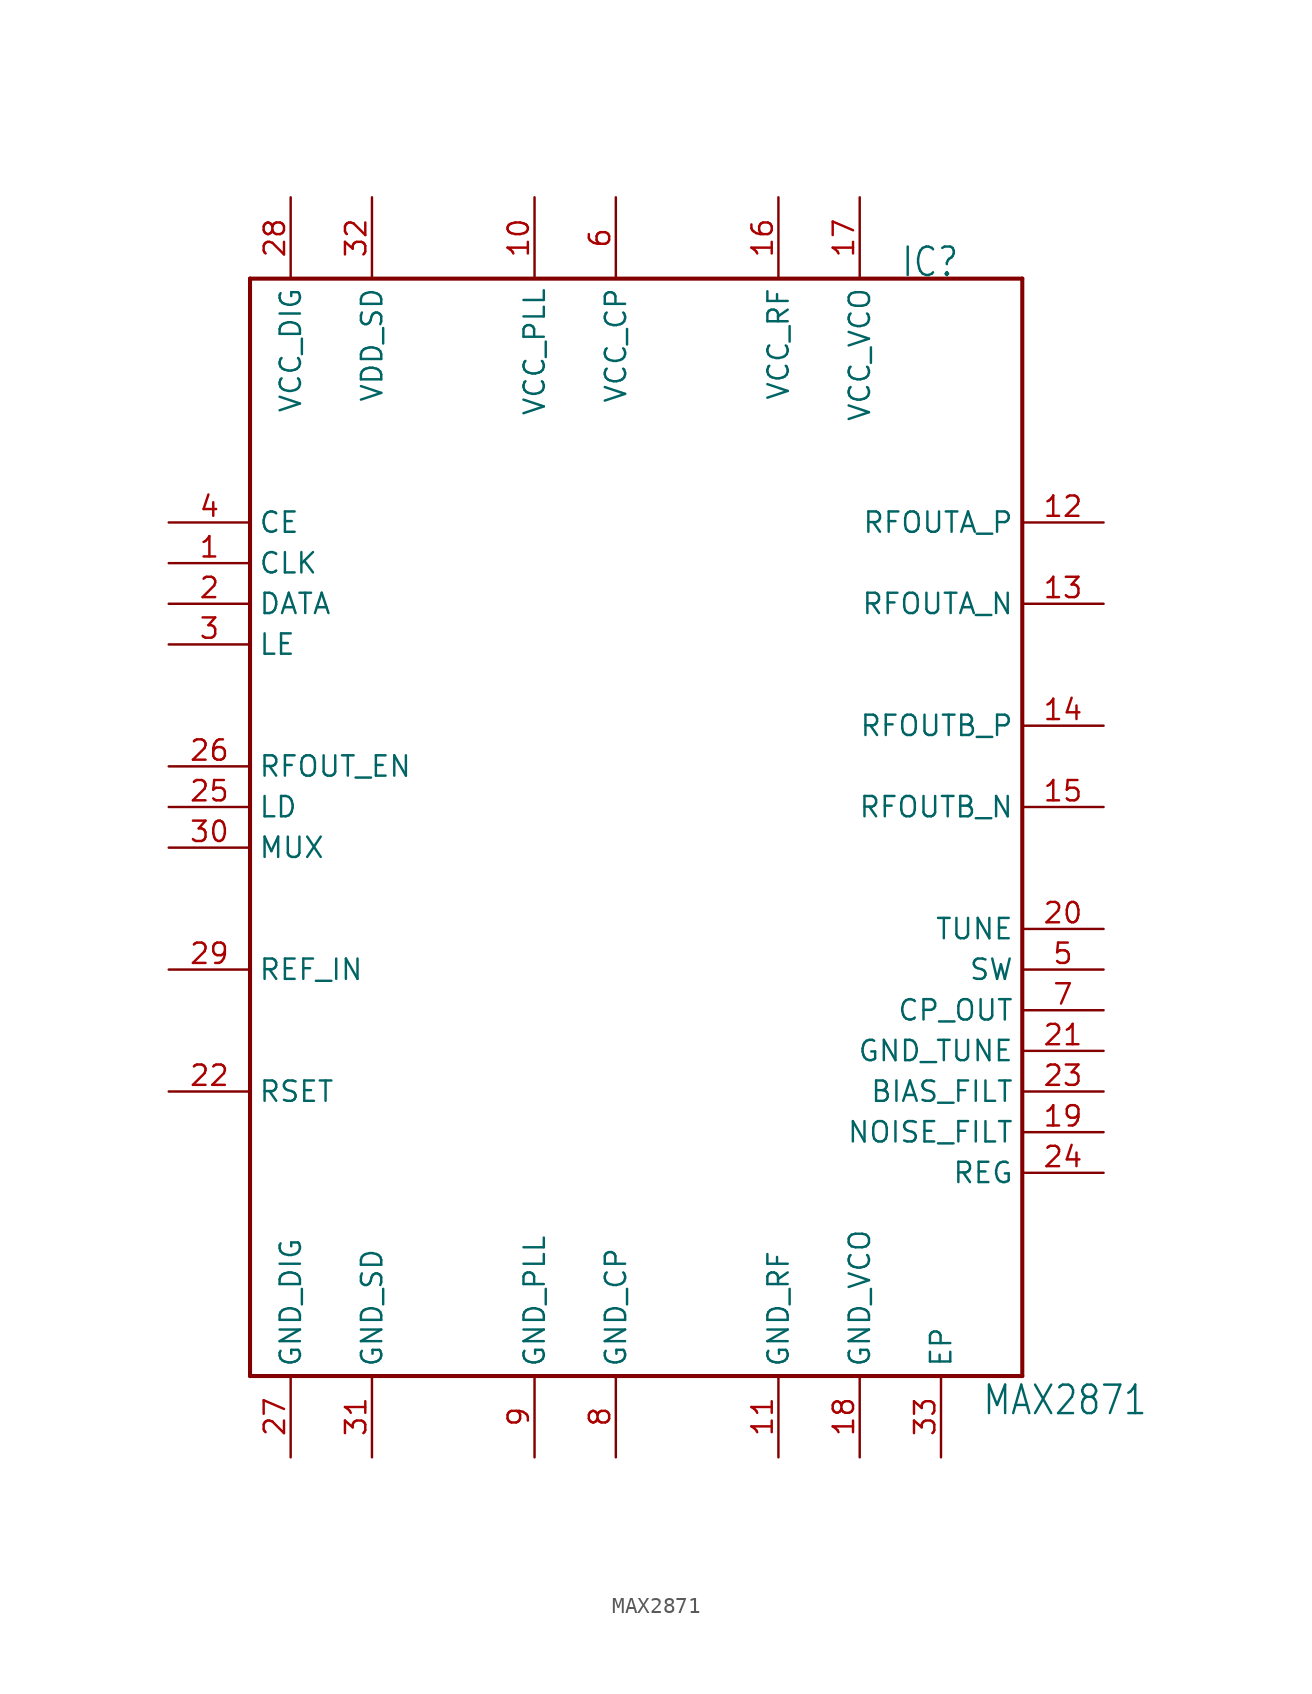
<source format=kicad_sym>
(kicad_symbol_lib
  (version 20201005)
  (generator kicad_symbol_editor)
  (symbol "MAX2871"
    (property "Reference" "IC"
      (at 17.78 35.56 0)
      (effects (font (size 1.778 1.511)) (justify left bottom)))
    (property "Value" "MAX2871"
      (at 22.86 -35.56 0)
      (effects (font (size 1.778 1.511)) (justify left bottom)))
    (property "ki_locked" ""
      (at 0 0 0)
      (effects (font (size 1.27 1.27))))
    (symbol "MAX2871_1_0"
      (polyline (pts (xy -22.86 -33.02) (xy -22.86 35.56)) (stroke (width 0.254)) (fill (type none)))
      (polyline (pts (xy -22.86 35.56) (xy 25.4 35.56)) (stroke (width 0.254)) (fill (type none)))
      (polyline (pts (xy 25.4 -33.02) (xy -22.86 -33.02)) (stroke (width 0.254)) (fill (type none)))
      (polyline (pts (xy 25.4 35.56) (xy 25.4 -33.02)) (stroke (width 0.254)) (fill (type none)))
      (pin input line (at -27.94 17.78 0) (length 5.08) (name "CLK" (effects (font (size 1.27 1.27)))) (number "1" (effects (font (size 1.27 1.27)))))
      (pin bidirectional line (at -5.08 40.64 270) (length 5.08) (name "VCC_PLL" (effects (font (size 1.27 1.27)))) (number "10" (effects (font (size 1.27 1.27)))))
      (pin bidirectional line (at 10.16 -38.1 90) (length 5.08) (name "GND_RF" (effects (font (size 1.27 1.27)))) (number "11" (effects (font (size 1.27 1.27)))))
      (pin bidirectional line (at 30.48 20.32 180) (length 5.08) (name "RFOUTA_P" (effects (font (size 1.27 1.27)))) (number "12" (effects (font (size 1.27 1.27)))))
      (pin bidirectional line (at 30.48 15.24 180) (length 5.08) (name "RFOUTA_N" (effects (font (size 1.27 1.27)))) (number "13" (effects (font (size 1.27 1.27)))))
      (pin bidirectional line (at 30.48 7.62 180) (length 5.08) (name "RFOUTB_P" (effects (font (size 1.27 1.27)))) (number "14" (effects (font (size 1.27 1.27)))))
      (pin bidirectional line (at 30.48 2.54 180) (length 5.08) (name "RFOUTB_N" (effects (font (size 1.27 1.27)))) (number "15" (effects (font (size 1.27 1.27)))))
      (pin bidirectional line (at 10.16 40.64 270) (length 5.08) (name "VCC_RF" (effects (font (size 1.27 1.27)))) (number "16" (effects (font (size 1.27 1.27)))))
      (pin bidirectional line (at 15.24 40.64 270) (length 5.08) (name "VCC_VCO" (effects (font (size 1.27 1.27)))) (number "17" (effects (font (size 1.27 1.27)))))
      (pin bidirectional line (at 15.24 -38.1 90) (length 5.08) (name "GND_VCO" (effects (font (size 1.27 1.27)))) (number "18" (effects (font (size 1.27 1.27)))))
      (pin bidirectional line (at 30.48 -17.78 180) (length 5.08) (name "NOISE_FILT" (effects (font (size 1.27 1.27)))) (number "19" (effects (font (size 1.27 1.27)))))
      (pin input line (at -27.94 15.24 0) (length 5.08) (name "DATA" (effects (font (size 1.27 1.27)))) (number "2" (effects (font (size 1.27 1.27)))))
      (pin bidirectional line (at 30.48 -5.08 180) (length 5.08) (name "TUNE" (effects (font (size 1.27 1.27)))) (number "20" (effects (font (size 1.27 1.27)))))
      (pin bidirectional line (at 30.48 -12.7 180) (length 5.08) (name "GND_TUNE" (effects (font (size 1.27 1.27)))) (number "21" (effects (font (size 1.27 1.27)))))
      (pin bidirectional line (at -27.94 -15.24 0) (length 5.08) (name "RSET" (effects (font (size 1.27 1.27)))) (number "22" (effects (font (size 1.27 1.27)))))
      (pin bidirectional line (at 30.48 -15.24 180) (length 5.08) (name "BIAS_FILT" (effects (font (size 1.27 1.27)))) (number "23" (effects (font (size 1.27 1.27)))))
      (pin bidirectional line (at 30.48 -20.32 180) (length 5.08) (name "REG" (effects (font (size 1.27 1.27)))) (number "24" (effects (font (size 1.27 1.27)))))
      (pin output line (at -27.94 2.54 0) (length 5.08) (name "LD" (effects (font (size 1.27 1.27)))) (number "25" (effects (font (size 1.27 1.27)))))
      (pin input line (at -27.94 5.08 0) (length 5.08) (name "RFOUT_EN" (effects (font (size 1.27 1.27)))) (number "26" (effects (font (size 1.27 1.27)))))
      (pin bidirectional line (at -20.32 -38.1 90) (length 5.08) (name "GND_DIG" (effects (font (size 1.27 1.27)))) (number "27" (effects (font (size 1.27 1.27)))))
      (pin bidirectional line (at -20.32 40.64 270) (length 5.08) (name "VCC_DIG" (effects (font (size 1.27 1.27)))) (number "28" (effects (font (size 1.27 1.27)))))
      (pin input line (at -27.94 -7.62 0) (length 5.08) (name "REF_IN" (effects (font (size 1.27 1.27)))) (number "29" (effects (font (size 1.27 1.27)))))
      (pin input line (at -27.94 12.7 0) (length 5.08) (name "LE" (effects (font (size 1.27 1.27)))) (number "3" (effects (font (size 1.27 1.27)))))
      (pin bidirectional line (at -27.94 0 0) (length 5.08) (name "MUX" (effects (font (size 1.27 1.27)))) (number "30" (effects (font (size 1.27 1.27)))))
      (pin bidirectional line (at -15.24 -38.1 90) (length 5.08) (name "GND_SD" (effects (font (size 1.27 1.27)))) (number "31" (effects (font (size 1.27 1.27)))))
      (pin bidirectional line (at -15.24 40.64 270) (length 5.08) (name "VDD_SD" (effects (font (size 1.27 1.27)))) (number "32" (effects (font (size 1.27 1.27)))))
      (pin bidirectional line (at 20.32 -38.1 90) (length 5.08) (name "EP" (effects (font (size 1.27 1.27)))) (number "33" (effects (font (size 1.27 1.27)))))
      (pin bidirectional line (at -27.94 20.32 0) (length 5.08) (name "CE" (effects (font (size 1.27 1.27)))) (number "4" (effects (font (size 1.27 1.27)))))
      (pin bidirectional line (at 30.48 -7.62 180) (length 5.08) (name "SW" (effects (font (size 1.27 1.27)))) (number "5" (effects (font (size 1.27 1.27)))))
      (pin bidirectional line (at 0 40.64 270) (length 5.08) (name "VCC_CP" (effects (font (size 1.27 1.27)))) (number "6" (effects (font (size 1.27 1.27)))))
      (pin bidirectional line (at 30.48 -10.16 180) (length 5.08) (name "CP_OUT" (effects (font (size 1.27 1.27)))) (number "7" (effects (font (size 1.27 1.27)))))
      (pin bidirectional line (at 0 -38.1 90) (length 5.08) (name "GND_CP" (effects (font (size 1.27 1.27)))) (number "8" (effects (font (size 1.27 1.27)))))
      (pin bidirectional line (at -5.08 -38.1 90) (length 5.08) (name "GND_PLL" (effects (font (size 1.27 1.27)))) (number "9" (effects (font (size 1.27 1.27))))))))
</source>
